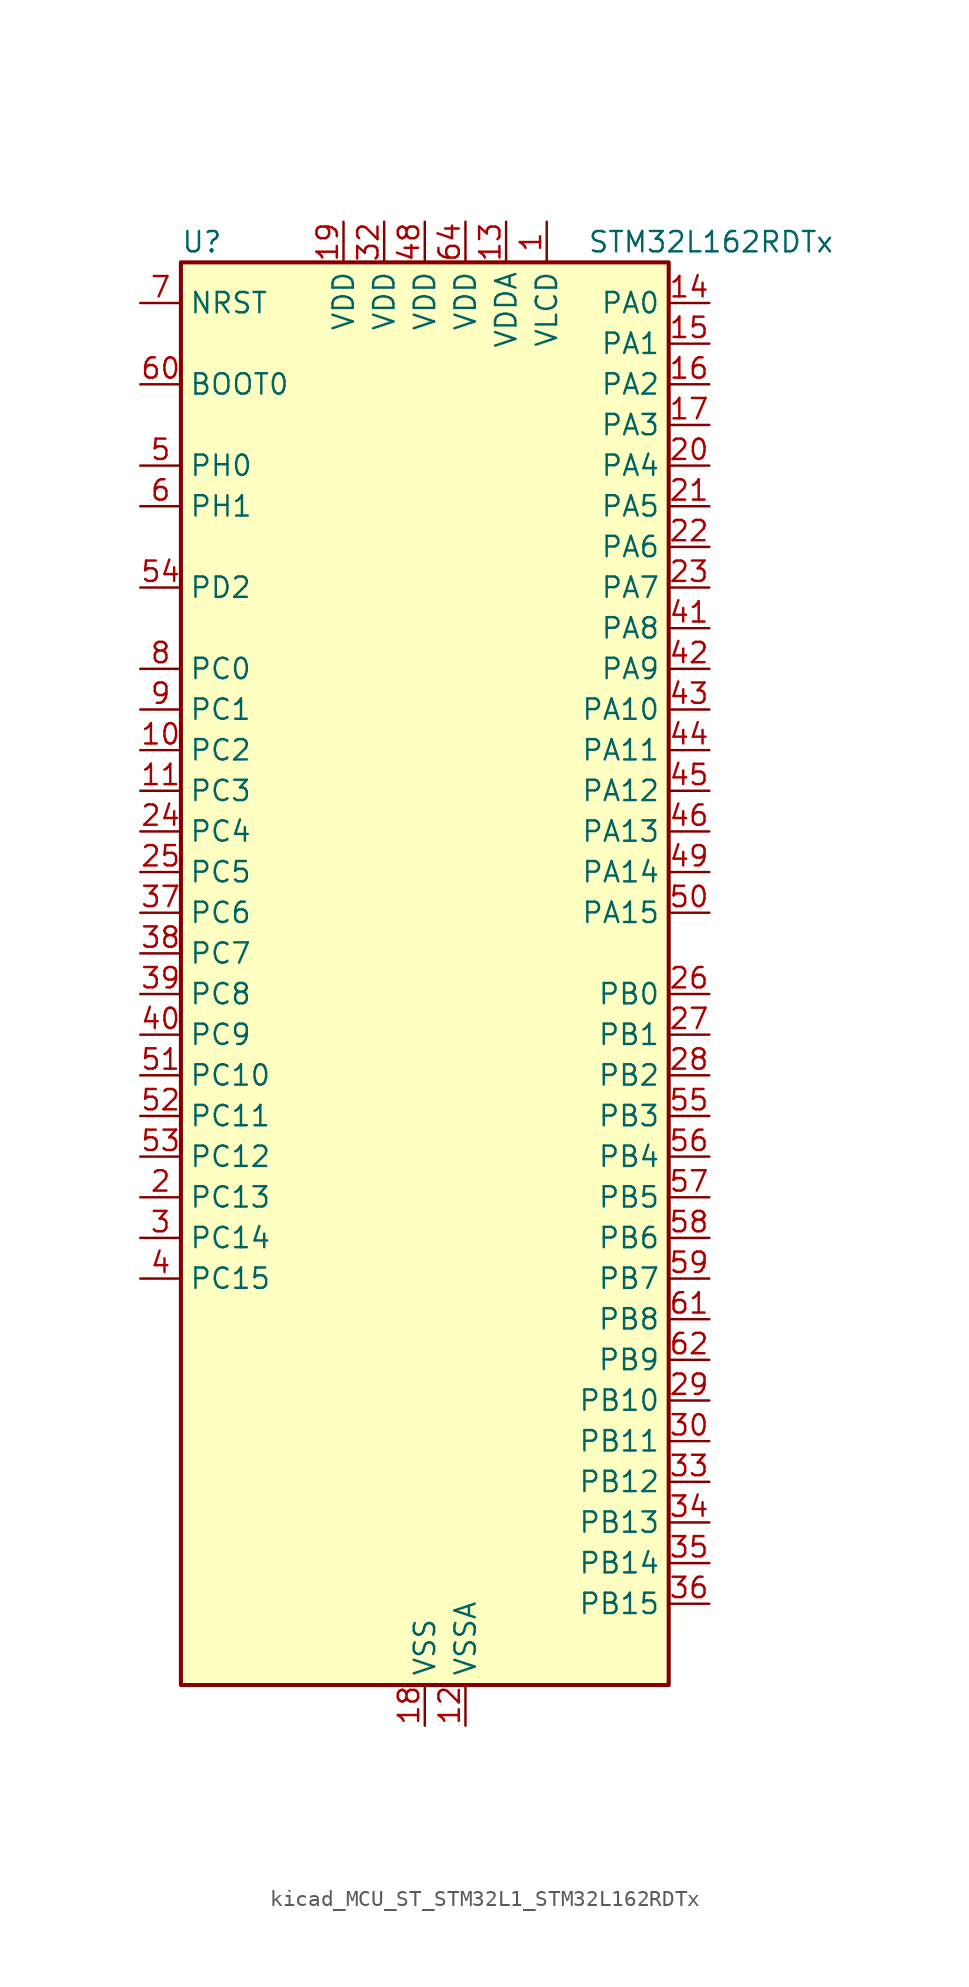
<source format=kicad_sym>
(kicad_symbol_lib
  (version 20220914)
  (generator kicad_symbol_editor)
  (symbol "kicad_MCU_ST_STM32L1_STM32L162RDTx"
    (property "Reference" "U"
      (at -15.24 46.99 0)
      (effects (font (size 1.27 1.27)) (justify left)))
    (property "Value" "STM32L162RDTx"
      (at 10.16 46.99 0)
      (effects (font (size 1.27 1.27)) (justify left)))
    (property "ki_locked" ""
      (at 0 0 0)
      (effects (font (size 1.27 1.27))))
    (symbol "kicad_MCU_ST_STM32L1_STM32L162RDTx_0_1"
      (rectangle (start -15.24 -43.18) (end 15.24 45.72) (stroke (width 0.254) (type default)) (fill (type background))))
    (symbol "kicad_MCU_ST_STM32L1_STM32L162RDTx_1_1"
      (pin power_in line (at 7.62 48.26 270) (length 2.54) (name "VLCD" (effects (font (size 1.27 1.27)))) (number "1" (effects (font (size 1.27 1.27)))))
      (pin bidirectional line (at -17.78 15.24 0) (length 2.54) (name "PC2" (effects (font (size 1.27 1.27)))) (number "10" (effects (font (size 1.27 1.27)))) (alternate "ADC_IN12" bidirectional line) (alternate "COMP1_INP" bidirectional line) (alternate "LCD_SEG20" bidirectional line) (alternate "OPAMP3_VINM" bidirectional line) (alternate "TIMX_IC3" bidirectional line) (alternate "TS_G8_IO3" bidirectional line))
      (pin bidirectional line (at -17.78 12.7 0) (length 2.54) (name "PC3" (effects (font (size 1.27 1.27)))) (number "11" (effects (font (size 1.27 1.27)))) (alternate "ADC_IN13" bidirectional line) (alternate "COMP1_INP" bidirectional line) (alternate "LCD_SEG21" bidirectional line) (alternate "OPAMP3_VOUT" bidirectional line) (alternate "TIMX_IC4" bidirectional line) (alternate "TS_G8_IO4" bidirectional line))
      (pin power_in line (at 2.54 -45.72 90) (length 2.54) (name "VSSA" (effects (font (size 1.27 1.27)))) (number "12" (effects (font (size 1.27 1.27)))))
      (pin power_in line (at 5.08 48.26 270) (length 2.54) (name "VDDA" (effects (font (size 1.27 1.27)))) (number "13" (effects (font (size 1.27 1.27)))))
      (pin bidirectional line (at 17.78 43.18 180) (length 2.54) (name "PA0" (effects (font (size 1.27 1.27)))) (number "14" (effects (font (size 1.27 1.27)))) (alternate "ADC_IN0" bidirectional line) (alternate "COMP1_INP" bidirectional line) (alternate "RTC_TAMP2" bidirectional line) (alternate "SYS_WKUP1" bidirectional line) (alternate "TIM2_CH1" bidirectional line) (alternate "TIM2_ETR" bidirectional line) (alternate "TIM5_CH1" bidirectional line) (alternate "TIMX_IC1" bidirectional line) (alternate "TS_G1_IO1" bidirectional line) (alternate "USART2_CTS" bidirectional line))
      (pin bidirectional line (at 17.78 40.64 180) (length 2.54) (name "PA1" (effects (font (size 1.27 1.27)))) (number "15" (effects (font (size 1.27 1.27)))) (alternate "ADC_IN1" bidirectional line) (alternate "COMP1_INP" bidirectional line) (alternate "LCD_SEG0" bidirectional line) (alternate "OPAMP1_VINP" bidirectional line) (alternate "TIM2_CH2" bidirectional line) (alternate "TIM5_CH2" bidirectional line) (alternate "TIMX_IC2" bidirectional line) (alternate "TS_G1_IO2" bidirectional line) (alternate "USART2_RTS" bidirectional line))
      (pin bidirectional line (at 17.78 38.1 180) (length 2.54) (name "PA2" (effects (font (size 1.27 1.27)))) (number "16" (effects (font (size 1.27 1.27)))) (alternate "ADC_IN2" bidirectional line) (alternate "COMP1_INP" bidirectional line) (alternate "LCD_SEG1" bidirectional line) (alternate "OPAMP1_VINM" bidirectional line) (alternate "TIM2_CH3" bidirectional line) (alternate "TIM5_CH3" bidirectional line) (alternate "TIM9_CH1" bidirectional line) (alternate "TIMX_IC3" bidirectional line) (alternate "TS_G1_IO3" bidirectional line) (alternate "USART2_TX" bidirectional line))
      (pin bidirectional line (at 17.78 35.56 180) (length 2.54) (name "PA3" (effects (font (size 1.27 1.27)))) (number "17" (effects (font (size 1.27 1.27)))) (alternate "ADC_IN3" bidirectional line) (alternate "COMP1_INP" bidirectional line) (alternate "LCD_SEG2" bidirectional line) (alternate "OPAMP1_VOUT" bidirectional line) (alternate "TIM2_CH4" bidirectional line) (alternate "TIM5_CH4" bidirectional line) (alternate "TIM9_CH2" bidirectional line) (alternate "TIMX_IC4" bidirectional line) (alternate "TS_G1_IO4" bidirectional line) (alternate "USART2_RX" bidirectional line))
      (pin power_in line (at 0 -45.72 90) (length 2.54) (name "VSS" (effects (font (size 1.27 1.27)))) (number "18" (effects (font (size 1.27 1.27)))))
      (pin power_in line (at -5.08 48.26 270) (length 2.54) (name "VDD" (effects (font (size 1.27 1.27)))) (number "19" (effects (font (size 1.27 1.27)))))
      (pin bidirectional line (at -17.78 -12.7 0) (length 2.54) (name "PC13" (effects (font (size 1.27 1.27)))) (number "2" (effects (font (size 1.27 1.27)))) (alternate "RTC_OUT_ALARM" bidirectional line) (alternate "RTC_OUT_CALIB" bidirectional line) (alternate "RTC_TAMP1" bidirectional line) (alternate "RTC_TS" bidirectional line) (alternate "SYS_WKUP2" bidirectional line) (alternate "TIMX_IC2" bidirectional line))
      (pin bidirectional line (at 17.78 33.02 180) (length 2.54) (name "PA4" (effects (font (size 1.27 1.27)))) (number "20" (effects (font (size 1.27 1.27)))) (alternate "ADC_IN4" bidirectional line) (alternate "COMP1_INP" bidirectional line) (alternate "DAC_OUT1" bidirectional line) (alternate "I2S3_WS" bidirectional line) (alternate "SPI1_NSS" bidirectional line) (alternate "SPI3_NSS" bidirectional line) (alternate "TIMX_IC1" bidirectional line) (alternate "USART2_CK" bidirectional line))
      (pin bidirectional line (at 17.78 30.48 180) (length 2.54) (name "PA5" (effects (font (size 1.27 1.27)))) (number "21" (effects (font (size 1.27 1.27)))) (alternate "ADC_IN5" bidirectional line) (alternate "COMP1_INP" bidirectional line) (alternate "DAC_OUT2" bidirectional line) (alternate "SPI1_SCK" bidirectional line) (alternate "TIM2_CH1" bidirectional line) (alternate "TIM2_ETR" bidirectional line) (alternate "TIMX_IC2" bidirectional line))
      (pin bidirectional line (at 17.78 27.94 180) (length 2.54) (name "PA6" (effects (font (size 1.27 1.27)))) (number "22" (effects (font (size 1.27 1.27)))) (alternate "ADC_IN6" bidirectional line) (alternate "COMP1_INP" bidirectional line) (alternate "LCD_SEG3" bidirectional line) (alternate "OPAMP2_VINP" bidirectional line) (alternate "SPI1_MISO" bidirectional line) (alternate "TIM10_CH1" bidirectional line) (alternate "TIM3_CH1" bidirectional line) (alternate "TIMX_IC3" bidirectional line) (alternate "TS_G2_IO1" bidirectional line))
      (pin bidirectional line (at 17.78 25.4 180) (length 2.54) (name "PA7" (effects (font (size 1.27 1.27)))) (number "23" (effects (font (size 1.27 1.27)))) (alternate "ADC_IN7" bidirectional line) (alternate "COMP1_INP" bidirectional line) (alternate "LCD_SEG4" bidirectional line) (alternate "OPAMP2_VINM" bidirectional line) (alternate "SPI1_MOSI" bidirectional line) (alternate "TIM11_CH1" bidirectional line) (alternate "TIM3_CH2" bidirectional line) (alternate "TIMX_IC4" bidirectional line) (alternate "TS_G2_IO2" bidirectional line))
      (pin bidirectional line (at -17.78 10.16 0) (length 2.54) (name "PC4" (effects (font (size 1.27 1.27)))) (number "24" (effects (font (size 1.27 1.27)))) (alternate "ADC_IN14" bidirectional line) (alternate "COMP1_INP" bidirectional line) (alternate "LCD_SEG22" bidirectional line) (alternate "TIMX_IC1" bidirectional line) (alternate "TS_G9_IO1" bidirectional line))
      (pin bidirectional line (at -17.78 7.62 0) (length 2.54) (name "PC5" (effects (font (size 1.27 1.27)))) (number "25" (effects (font (size 1.27 1.27)))) (alternate "ADC_IN15" bidirectional line) (alternate "COMP1_INP" bidirectional line) (alternate "LCD_SEG23" bidirectional line) (alternate "TIMX_IC2" bidirectional line) (alternate "TS_G9_IO2" bidirectional line))
      (pin bidirectional line (at 17.78 0 180) (length 2.54) (name "PB0" (effects (font (size 1.27 1.27)))) (number "26" (effects (font (size 1.27 1.27)))) (alternate "ADC_IN8" bidirectional line) (alternate "COMP1_INP" bidirectional line) (alternate "LCD_SEG5" bidirectional line) (alternate "OPAMP2_VOUT" bidirectional line) (alternate "SYS_V_REF_OUT" bidirectional line) (alternate "TIM3_CH3" bidirectional line) (alternate "TS_G3_IO1" bidirectional line))
      (pin bidirectional line (at 17.78 -2.54 180) (length 2.54) (name "PB1" (effects (font (size 1.27 1.27)))) (number "27" (effects (font (size 1.27 1.27)))) (alternate "ADC_IN9" bidirectional line) (alternate "COMP1_INP" bidirectional line) (alternate "LCD_SEG6" bidirectional line) (alternate "SYS_V_REF_OUT" bidirectional line) (alternate "TIM3_CH4" bidirectional line) (alternate "TS_G3_IO2" bidirectional line))
      (pin bidirectional line (at 17.78 -5.08 180) (length 2.54) (name "PB2" (effects (font (size 1.27 1.27)))) (number "28" (effects (font (size 1.27 1.27)))) (alternate "TS_G3_IO3" bidirectional line))
      (pin bidirectional line (at 17.78 -25.4 180) (length 2.54) (name "PB10" (effects (font (size 1.27 1.27)))) (number "29" (effects (font (size 1.27 1.27)))) (alternate "I2C2_SCL" bidirectional line) (alternate "LCD_SEG10" bidirectional line) (alternate "TIM2_CH3" bidirectional line) (alternate "USART3_TX" bidirectional line))
      (pin bidirectional line (at -17.78 -15.24 0) (length 2.54) (name "PC14" (effects (font (size 1.27 1.27)))) (number "3" (effects (font (size 1.27 1.27)))) (alternate "RCC_OSC32_IN" bidirectional line) (alternate "TIMX_IC3" bidirectional line))
      (pin bidirectional line (at 17.78 -27.94 180) (length 2.54) (name "PB11" (effects (font (size 1.27 1.27)))) (number "30" (effects (font (size 1.27 1.27)))) (alternate "ADC_EXTI11" bidirectional line) (alternate "I2C2_SDA" bidirectional line) (alternate "LCD_SEG11" bidirectional line) (alternate "TIM2_CH4" bidirectional line) (alternate "USART3_RX" bidirectional line))
      (pin passive line (at 0 -45.72 90) (length 2.54) hide (name "VSS" (effects (font (size 1.27 1.27)))) (number "31" (effects (font (size 1.27 1.27)))))
      (pin power_in line (at -2.54 48.26 270) (length 2.54) (name "VDD" (effects (font (size 1.27 1.27)))) (number "32" (effects (font (size 1.27 1.27)))))
      (pin bidirectional line (at 17.78 -30.48 180) (length 2.54) (name "PB12" (effects (font (size 1.27 1.27)))) (number "33" (effects (font (size 1.27 1.27)))) (alternate "ADC_IN18" bidirectional line) (alternate "COMP1_INP" bidirectional line) (alternate "I2C2_SMBA" bidirectional line) (alternate "I2S2_WS" bidirectional line) (alternate "LCD_SEG12" bidirectional line) (alternate "SPI2_NSS" bidirectional line) (alternate "TIM10_CH1" bidirectional line) (alternate "TS_G7_IO1" bidirectional line) (alternate "USART3_CK" bidirectional line))
      (pin bidirectional line (at 17.78 -33.02 180) (length 2.54) (name "PB13" (effects (font (size 1.27 1.27)))) (number "34" (effects (font (size 1.27 1.27)))) (alternate "ADC_IN19" bidirectional line) (alternate "COMP1_INP" bidirectional line) (alternate "I2S2_CK" bidirectional line) (alternate "LCD_SEG13" bidirectional line) (alternate "SPI2_SCK" bidirectional line) (alternate "TIM9_CH1" bidirectional line) (alternate "TS_G7_IO2" bidirectional line) (alternate "USART3_CTS" bidirectional line))
      (pin bidirectional line (at 17.78 -35.56 180) (length 2.54) (name "PB14" (effects (font (size 1.27 1.27)))) (number "35" (effects (font (size 1.27 1.27)))) (alternate "ADC_IN20" bidirectional line) (alternate "COMP1_INP" bidirectional line) (alternate "LCD_SEG14" bidirectional line) (alternate "SPI2_MISO" bidirectional line) (alternate "TIM9_CH2" bidirectional line) (alternate "TS_G7_IO3" bidirectional line) (alternate "USART3_RTS" bidirectional line))
      (pin bidirectional line (at 17.78 -38.1 180) (length 2.54) (name "PB15" (effects (font (size 1.27 1.27)))) (number "36" (effects (font (size 1.27 1.27)))) (alternate "ADC_EXTI15" bidirectional line) (alternate "ADC_IN21" bidirectional line) (alternate "COMP1_INP" bidirectional line) (alternate "I2S2_SD" bidirectional line) (alternate "LCD_SEG15" bidirectional line) (alternate "RTC_REFIN" bidirectional line) (alternate "SPI2_MOSI" bidirectional line) (alternate "TIM11_CH1" bidirectional line) (alternate "TS_G7_IO4" bidirectional line))
      (pin bidirectional line (at -17.78 5.08 0) (length 2.54) (name "PC6" (effects (font (size 1.27 1.27)))) (number "37" (effects (font (size 1.27 1.27)))) (alternate "I2S2_MCK" bidirectional line) (alternate "LCD_SEG24" bidirectional line) (alternate "SDIO_D6" bidirectional line) (alternate "TIM3_CH1" bidirectional line) (alternate "TIMX_IC3" bidirectional line) (alternate "TS_G10_IO1" bidirectional line))
      (pin bidirectional line (at -17.78 2.54 0) (length 2.54) (name "PC7" (effects (font (size 1.27 1.27)))) (number "38" (effects (font (size 1.27 1.27)))) (alternate "I2S3_MCK" bidirectional line) (alternate "LCD_SEG25" bidirectional line) (alternate "SDIO_D7" bidirectional line) (alternate "TIM3_CH2" bidirectional line) (alternate "TIMX_IC4" bidirectional line) (alternate "TS_G10_IO2" bidirectional line))
      (pin bidirectional line (at -17.78 0 0) (length 2.54) (name "PC8" (effects (font (size 1.27 1.27)))) (number "39" (effects (font (size 1.27 1.27)))) (alternate "LCD_SEG26" bidirectional line) (alternate "SDIO_D0" bidirectional line) (alternate "TIM3_CH3" bidirectional line) (alternate "TIMX_IC1" bidirectional line) (alternate "TS_G10_IO3" bidirectional line))
      (pin bidirectional line (at -17.78 -17.78 0) (length 2.54) (name "PC15" (effects (font (size 1.27 1.27)))) (number "4" (effects (font (size 1.27 1.27)))) (alternate "ADC_EXTI15" bidirectional line) (alternate "RCC_OSC32_OUT" bidirectional line) (alternate "TIMX_IC4" bidirectional line))
      (pin bidirectional line (at -17.78 -2.54 0) (length 2.54) (name "PC9" (effects (font (size 1.27 1.27)))) (number "40" (effects (font (size 1.27 1.27)))) (alternate "DAC_EXTI9" bidirectional line) (alternate "LCD_SEG27" bidirectional line) (alternate "SDIO_D1" bidirectional line) (alternate "TIM3_CH4" bidirectional line) (alternate "TIMX_IC2" bidirectional line) (alternate "TS_G10_IO4" bidirectional line))
      (pin bidirectional line (at 17.78 22.86 180) (length 2.54) (name "PA8" (effects (font (size 1.27 1.27)))) (number "41" (effects (font (size 1.27 1.27)))) (alternate "LCD_COM0" bidirectional line) (alternate "RCC_MCO" bidirectional line) (alternate "TIMX_IC1" bidirectional line) (alternate "TS_G4_IO1" bidirectional line) (alternate "USART1_CK" bidirectional line))
      (pin bidirectional line (at 17.78 20.32 180) (length 2.54) (name "PA9" (effects (font (size 1.27 1.27)))) (number "42" (effects (font (size 1.27 1.27)))) (alternate "DAC_EXTI9" bidirectional line) (alternate "LCD_COM1" bidirectional line) (alternate "TIMX_IC2" bidirectional line) (alternate "TS_G4_IO2" bidirectional line) (alternate "USART1_TX" bidirectional line))
      (pin bidirectional line (at 17.78 17.78 180) (length 2.54) (name "PA10" (effects (font (size 1.27 1.27)))) (number "43" (effects (font (size 1.27 1.27)))) (alternate "LCD_COM2" bidirectional line) (alternate "TIMX_IC3" bidirectional line) (alternate "TS_G4_IO3" bidirectional line) (alternate "USART1_RX" bidirectional line))
      (pin bidirectional line (at 17.78 15.24 180) (length 2.54) (name "PA11" (effects (font (size 1.27 1.27)))) (number "44" (effects (font (size 1.27 1.27)))) (alternate "ADC_EXTI11" bidirectional line) (alternate "SPI1_MISO" bidirectional line) (alternate "TIMX_IC4" bidirectional line) (alternate "USART1_CTS" bidirectional line) (alternate "USB_DM" bidirectional line))
      (pin bidirectional line (at 17.78 12.7 180) (length 2.54) (name "PA12" (effects (font (size 1.27 1.27)))) (number "45" (effects (font (size 1.27 1.27)))) (alternate "SPI1_MOSI" bidirectional line) (alternate "TIMX_IC1" bidirectional line) (alternate "USART1_RTS" bidirectional line) (alternate "USB_DP" bidirectional line))
      (pin bidirectional line (at 17.78 10.16 180) (length 2.54) (name "PA13" (effects (font (size 1.27 1.27)))) (number "46" (effects (font (size 1.27 1.27)))) (alternate "SYS_JTMS-SWDIO" bidirectional line) (alternate "TIMX_IC2" bidirectional line) (alternate "TS_G5_IO1" bidirectional line))
      (pin passive line (at 0 -45.72 90) (length 2.54) hide (name "VSS" (effects (font (size 1.27 1.27)))) (number "47" (effects (font (size 1.27 1.27)))))
      (pin power_in line (at 0 48.26 270) (length 2.54) (name "VDD" (effects (font (size 1.27 1.27)))) (number "48" (effects (font (size 1.27 1.27)))))
      (pin bidirectional line (at 17.78 7.62 180) (length 2.54) (name "PA14" (effects (font (size 1.27 1.27)))) (number "49" (effects (font (size 1.27 1.27)))) (alternate "SYS_JTCK-SWCLK" bidirectional line) (alternate "TIMX_IC3" bidirectional line) (alternate "TS_G5_IO2" bidirectional line))
      (pin bidirectional line (at -17.78 33.02 0) (length 2.54) (name "PH0" (effects (font (size 1.27 1.27)))) (number "5" (effects (font (size 1.27 1.27)))) (alternate "RCC_OSC_IN" bidirectional line))
      (pin bidirectional line (at 17.78 5.08 180) (length 2.54) (name "PA15" (effects (font (size 1.27 1.27)))) (number "50" (effects (font (size 1.27 1.27)))) (alternate "ADC_EXTI15" bidirectional line) (alternate "I2S3_WS" bidirectional line) (alternate "LCD_SEG17" bidirectional line) (alternate "SPI1_NSS" bidirectional line) (alternate "SPI3_NSS" bidirectional line) (alternate "SYS_JTDI" bidirectional line) (alternate "TIM2_CH1" bidirectional line) (alternate "TIM2_ETR" bidirectional line) (alternate "TIMX_IC4" bidirectional line) (alternate "TS_G5_IO3" bidirectional line))
      (pin bidirectional line (at -17.78 -5.08 0) (length 2.54) (name "PC10" (effects (font (size 1.27 1.27)))) (number "51" (effects (font (size 1.27 1.27)))) (alternate "I2S3_CK" bidirectional line) (alternate "LCD_COM4" bidirectional line) (alternate "LCD_SEG28" bidirectional line) (alternate "LCD_SEG40" bidirectional line) (alternate "SDIO_D2" bidirectional line) (alternate "SPI3_SCK" bidirectional line) (alternate "TIMX_IC3" bidirectional line) (alternate "UART4_TX" bidirectional line) (alternate "USART3_TX" bidirectional line))
      (pin bidirectional line (at -17.78 -7.62 0) (length 2.54) (name "PC11" (effects (font (size 1.27 1.27)))) (number "52" (effects (font (size 1.27 1.27)))) (alternate "ADC_EXTI11" bidirectional line) (alternate "LCD_COM5" bidirectional line) (alternate "LCD_SEG29" bidirectional line) (alternate "LCD_SEG41" bidirectional line) (alternate "SDIO_D3" bidirectional line) (alternate "SPI3_MISO" bidirectional line) (alternate "TIMX_IC4" bidirectional line) (alternate "UART4_RX" bidirectional line) (alternate "USART3_RX" bidirectional line))
      (pin bidirectional line (at -17.78 -10.16 0) (length 2.54) (name "PC12" (effects (font (size 1.27 1.27)))) (number "53" (effects (font (size 1.27 1.27)))) (alternate "I2S3_SD" bidirectional line) (alternate "LCD_COM6" bidirectional line) (alternate "LCD_SEG30" bidirectional line) (alternate "LCD_SEG42" bidirectional line) (alternate "SDIO_CK" bidirectional line) (alternate "SPI3_MOSI" bidirectional line) (alternate "TIMX_IC1" bidirectional line) (alternate "UART5_TX" bidirectional line) (alternate "USART3_CK" bidirectional line))
      (pin bidirectional line (at -17.78 25.4 0) (length 2.54) (name "PD2" (effects (font (size 1.27 1.27)))) (number "54" (effects (font (size 1.27 1.27)))) (alternate "LCD_COM7" bidirectional line) (alternate "LCD_SEG31" bidirectional line) (alternate "LCD_SEG43" bidirectional line) (alternate "SDIO_CMD" bidirectional line) (alternate "TIM3_ETR" bidirectional line) (alternate "TIMX_IC3" bidirectional line) (alternate "UART5_RX" bidirectional line))
      (pin bidirectional line (at 17.78 -7.62 180) (length 2.54) (name "PB3" (effects (font (size 1.27 1.27)))) (number "55" (effects (font (size 1.27 1.27)))) (alternate "COMP2_INM" bidirectional line) (alternate "I2S3_CK" bidirectional line) (alternate "LCD_SEG7" bidirectional line) (alternate "SPI1_SCK" bidirectional line) (alternate "SPI3_SCK" bidirectional line) (alternate "SYS_JTDO-TRACESWO" bidirectional line) (alternate "TIM2_CH2" bidirectional line))
      (pin bidirectional line (at 17.78 -10.16 180) (length 2.54) (name "PB4" (effects (font (size 1.27 1.27)))) (number "56" (effects (font (size 1.27 1.27)))) (alternate "COMP2_INP" bidirectional line) (alternate "LCD_SEG8" bidirectional line) (alternate "SPI1_MISO" bidirectional line) (alternate "SPI3_MISO" bidirectional line) (alternate "SYS_JTRST" bidirectional line) (alternate "TIM3_CH1" bidirectional line) (alternate "TS_G6_IO1" bidirectional line))
      (pin bidirectional line (at 17.78 -12.7 180) (length 2.54) (name "PB5" (effects (font (size 1.27 1.27)))) (number "57" (effects (font (size 1.27 1.27)))) (alternate "COMP2_INP" bidirectional line) (alternate "I2C1_SMBA" bidirectional line) (alternate "I2S3_SD" bidirectional line) (alternate "LCD_SEG9" bidirectional line) (alternate "SPI1_MOSI" bidirectional line) (alternate "SPI3_MOSI" bidirectional line) (alternate "TIM3_CH2" bidirectional line) (alternate "TS_G6_IO2" bidirectional line))
      (pin bidirectional line (at 17.78 -15.24 180) (length 2.54) (name "PB6" (effects (font (size 1.27 1.27)))) (number "58" (effects (font (size 1.27 1.27)))) (alternate "COMP2_INP" bidirectional line) (alternate "I2C1_SCL" bidirectional line) (alternate "TIM4_CH1" bidirectional line) (alternate "TS_G6_IO3" bidirectional line) (alternate "USART1_TX" bidirectional line))
      (pin bidirectional line (at 17.78 -17.78 180) (length 2.54) (name "PB7" (effects (font (size 1.27 1.27)))) (number "59" (effects (font (size 1.27 1.27)))) (alternate "COMP2_INP" bidirectional line) (alternate "I2C1_SDA" bidirectional line) (alternate "SYS_PVD_IN" bidirectional line) (alternate "TIM4_CH2" bidirectional line) (alternate "TS_G6_IO4" bidirectional line) (alternate "USART1_RX" bidirectional line))
      (pin bidirectional line (at -17.78 30.48 0) (length 2.54) (name "PH1" (effects (font (size 1.27 1.27)))) (number "6" (effects (font (size 1.27 1.27)))) (alternate "RCC_OSC_OUT" bidirectional line))
      (pin input line (at -17.78 38.1 0) (length 2.54) (name "BOOT0" (effects (font (size 1.27 1.27)))) (number "60" (effects (font (size 1.27 1.27)))))
      (pin bidirectional line (at 17.78 -20.32 180) (length 2.54) (name "PB8" (effects (font (size 1.27 1.27)))) (number "61" (effects (font (size 1.27 1.27)))) (alternate "I2C1_SCL" bidirectional line) (alternate "LCD_SEG16" bidirectional line) (alternate "SDIO_D4" bidirectional line) (alternate "TIM10_CH1" bidirectional line) (alternate "TIM4_CH3" bidirectional line))
      (pin bidirectional line (at 17.78 -22.86 180) (length 2.54) (name "PB9" (effects (font (size 1.27 1.27)))) (number "62" (effects (font (size 1.27 1.27)))) (alternate "DAC_EXTI9" bidirectional line) (alternate "I2C1_SDA" bidirectional line) (alternate "LCD_COM3" bidirectional line) (alternate "SDIO_D5" bidirectional line) (alternate "TIM11_CH1" bidirectional line) (alternate "TIM4_CH4" bidirectional line))
      (pin passive line (at 0 -45.72 90) (length 2.54) hide (name "VSS" (effects (font (size 1.27 1.27)))) (number "63" (effects (font (size 1.27 1.27)))))
      (pin power_in line (at 2.54 48.26 270) (length 2.54) (name "VDD" (effects (font (size 1.27 1.27)))) (number "64" (effects (font (size 1.27 1.27)))))
      (pin input line (at -17.78 43.18 0) (length 2.54) (name "NRST" (effects (font (size 1.27 1.27)))) (number "7" (effects (font (size 1.27 1.27)))))
      (pin bidirectional line (at -17.78 20.32 0) (length 2.54) (name "PC0" (effects (font (size 1.27 1.27)))) (number "8" (effects (font (size 1.27 1.27)))) (alternate "ADC_IN10" bidirectional line) (alternate "COMP1_INP" bidirectional line) (alternate "LCD_SEG18" bidirectional line) (alternate "TIMX_IC1" bidirectional line) (alternate "TS_G8_IO1" bidirectional line))
      (pin bidirectional line (at -17.78 17.78 0) (length 2.54) (name "PC1" (effects (font (size 1.27 1.27)))) (number "9" (effects (font (size 1.27 1.27)))) (alternate "ADC_IN11" bidirectional line) (alternate "COMP1_INP" bidirectional line) (alternate "LCD_SEG19" bidirectional line) (alternate "OPAMP3_VINP" bidirectional line) (alternate "TIMX_IC2" bidirectional line) (alternate "TS_G8_IO2" bidirectional line)))))
</source>
